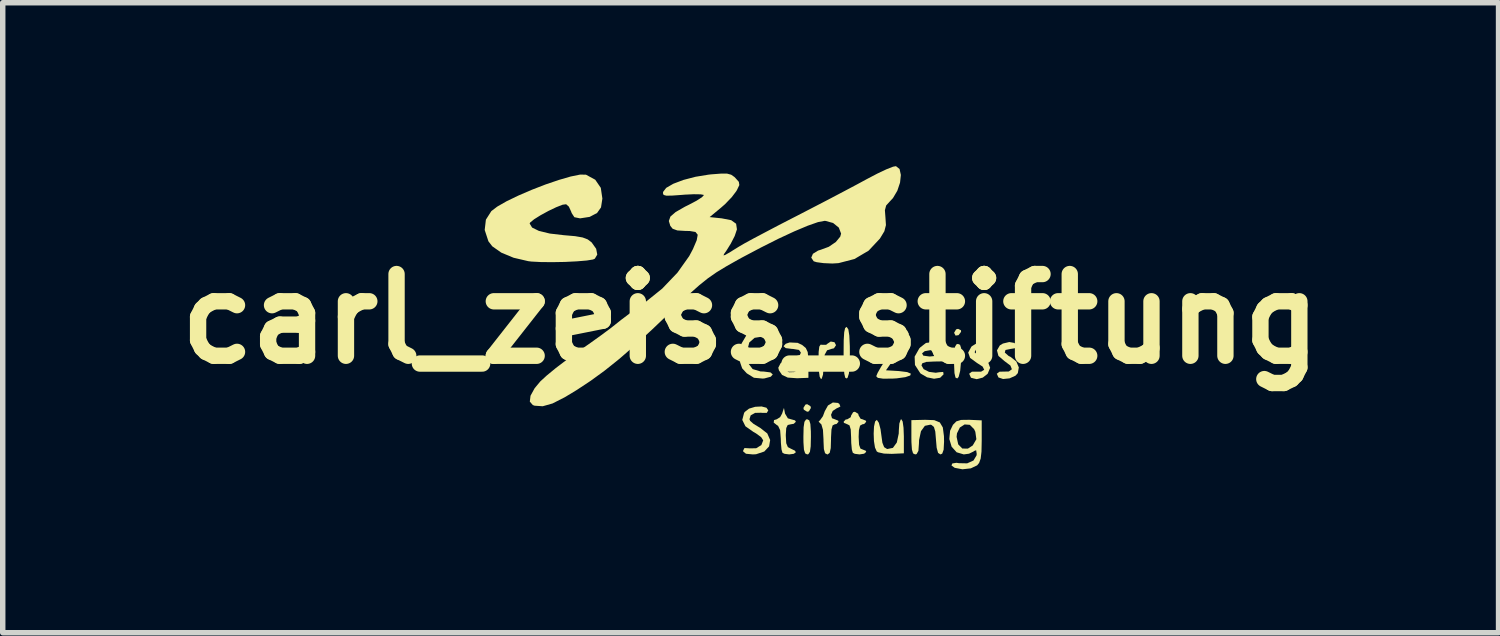
<source format=kicad_pcb>
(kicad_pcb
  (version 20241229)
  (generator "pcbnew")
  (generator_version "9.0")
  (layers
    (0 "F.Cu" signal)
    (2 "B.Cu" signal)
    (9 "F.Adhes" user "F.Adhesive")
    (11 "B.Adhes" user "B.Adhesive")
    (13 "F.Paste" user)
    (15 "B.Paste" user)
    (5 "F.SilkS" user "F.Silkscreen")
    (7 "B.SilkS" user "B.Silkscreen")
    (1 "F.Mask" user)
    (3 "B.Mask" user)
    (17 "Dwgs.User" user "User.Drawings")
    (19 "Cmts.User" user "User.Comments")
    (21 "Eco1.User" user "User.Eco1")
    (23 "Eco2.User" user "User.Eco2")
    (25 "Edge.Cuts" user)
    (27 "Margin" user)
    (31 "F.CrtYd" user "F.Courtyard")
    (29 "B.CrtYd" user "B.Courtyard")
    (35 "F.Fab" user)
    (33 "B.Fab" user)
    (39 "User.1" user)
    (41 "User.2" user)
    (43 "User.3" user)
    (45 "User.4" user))
  (footprint "carl_zeiss_stiftung"
    (layer "F.Cu")
    (at 10.729 2.802)
    (property "Reference" "carl_zeiss_stiftung" (at 0 0 0) (layer "F.SilkS") (effects (font (size 1.5 1.5) (thickness 0.3))))
    (attr board_only exclude_from_pos_files exclude_from_bom)
    (fp_poly (pts (xy 3.861 0.211) (xy 3.862 0.239) (xy 3.816 0.3) (xy 3.761 0.308) (xy 3.734 0.257) (xy 3.771 0.194) (xy 3.807 0.184)) (stroke (width 0) (type solid)) (fill yes) (layer "F.SilkS"))
    (fp_poly (pts (xy 1.098 1.604) (xy 1.106 1.636) (xy 1.069 1.698) (xy 1.037 1.706) (xy 0.976 1.669) (xy 0.968 1.636) (xy 1.005 1.575) (xy 1.037 1.567)) (stroke (width 0) (type solid)) (fill yes) (layer "F.SilkS"))
    (fp_poly (pts (xy 3.843 0.477) (xy 3.863 0.537) (xy 3.866 0.659) (xy 3.863 0.768) (xy 3.846 0.955) (xy 3.817 1.067) (xy 3.792 1.095) (xy 3.76 1.079) (xy 3.741 0.997) (xy 3.734 0.837) (xy 3.734 0.788) (xy 3.738 0.612) (xy 3.752 0.511) (xy 3.779 0.467) (xy 3.805 0.461)) (stroke (width 0) (type solid)) (fill yes) (layer "F.SilkS"))
    (fp_poly (pts (xy 1.075 1.863) (xy 1.096 1.931) (xy 1.105 2.066) (xy 1.106 2.167) (xy 1.102 2.342) (xy 1.088 2.442) (xy 1.059 2.485) (xy 1.037 2.489) (xy 1 2.47) (xy 0.978 2.402) (xy 0.969 2.268) (xy 0.968 2.167) (xy 0.972 1.991) (xy 0.987 1.891) (xy 1.016 1.849) (xy 1.037 1.844)) (stroke (width 0) (type solid)) (fill yes) (layer "F.SilkS"))
    (fp_poly (pts (xy 1.763 0.15) (xy 1.793 0.194) (xy 1.811 0.308) (xy 1.82 0.501) (xy 1.821 0.622) (xy 1.817 0.856) (xy 1.803 1.006) (xy 1.779 1.082) (xy 1.763 1.095) (xy 1.736 1.081) (xy 1.719 1.009) (xy 1.709 0.87) (xy 1.706 0.651) (xy 1.706 0.622) (xy 1.708 0.394) (xy 1.717 0.247) (xy 1.734 0.169) (xy 1.76 0.149)) (stroke (width 0) (type solid)) (fill yes) (layer "F.SilkS"))
    (fp_poly (pts (xy 1.539 0.43) (xy 1.567 0.484) (xy 1.529 0.541) (xy 1.48 0.553) (xy 1.403 0.578) (xy 1.358 0.66) (xy 1.339 0.813) (xy 1.337 0.903) (xy 1.328 1.025) (xy 1.304 1.098) (xy 1.291 1.106) (xy 1.267 1.064) (xy 1.251 0.949) (xy 1.245 0.782) (xy 1.245 0.779) (xy 1.248 0.607) (xy 1.26 0.51) (xy 1.284 0.474) (xy 1.312 0.477) (xy 1.386 0.477) (xy 1.407 0.459) (xy 1.47 0.417)) (stroke (width 0) (type solid)) (fill yes) (layer "F.SilkS"))
    (fp_poly (pts (xy 0.38 0.218) (xy 0.415 0.275) (xy 0.374 0.305) (xy 0.272 0.322) (xy 0.236 0.323) (xy 0.072 0.349) (xy -0.025 0.434) (xy -0.065 0.587) (xy -0.067 0.645) (xy -0.043 0.819) (xy 0.037 0.923) (xy 0.181 0.966) (xy 0.24 0.968) (xy 0.364 0.984) (xy 0.406 1.021) (xy 0.369 1.063) (xy 0.254 1.094) (xy 0.221 1.097) (xy 0.06 1.082) (xy -0.071 1.001) (xy -0.156 0.909) (xy -0.193 0.802) (xy -0.2 0.679) (xy -0.169 0.456) (xy -0.077 0.3) (xy 0.075 0.214) (xy 0.115 0.205) (xy 0.274 0.192)) (stroke (width 0) (type solid)) (fill yes) (layer "F.SilkS"))
    (fp_poly (pts (xy 2.872 0.215) (xy 2.902 0.271) (xy 2.869 0.372) (xy 2.774 0.527) (xy 2.694 0.645) (xy 2.484 0.945) (xy 2.72 0.959) (xy 2.873 0.978) (xy 2.941 1.007) (xy 2.928 1.041) (xy 2.839 1.071) (xy 2.68 1.093) (xy 2.612 1.097) (xy 2.433 1.099) (xy 2.334 1.084) (xy 2.305 1.054) (xy 2.33 0.993) (xy 2.396 0.877) (xy 2.492 0.728) (xy 2.536 0.663) (xy 2.768 0.328) (xy 2.548 0.314) (xy 2.399 0.295) (xy 2.336 0.266) (xy 2.357 0.235) (xy 2.458 0.209) (xy 2.616 0.194) (xy 2.777 0.193)) (stroke (width 0) (type solid)) (fill yes) (layer "F.SilkS"))
    (fp_poly (pts (xy 3.369 1.86) (xy 3.472 1.902) (xy 3.527 1.994) (xy 3.548 2.154) (xy 3.55 2.256) (xy 3.542 2.403) (xy 3.516 2.475) (xy 3.483 2.489) (xy 3.44 2.461) (xy 3.414 2.366) (xy 3.402 2.225) (xy 3.389 2.07) (xy 3.364 1.985) (xy 3.319 1.948) (xy 3.299 1.943) (xy 3.198 1.964) (xy 3.126 2.063) (xy 3.091 2.227) (xy 3.089 2.291) (xy 3.079 2.424) (xy 3.046 2.483) (xy 3.019 2.489) (xy 2.981 2.47) (xy 2.96 2.401) (xy 2.951 2.264) (xy 2.95 2.175) (xy 2.95 1.86) (xy 3.203 1.854)) (stroke (width 0) (type solid)) (fill yes) (layer "F.SilkS"))
    (fp_poly (pts (xy 4.352 0.467) (xy 4.368 0.496) (xy 4.344 0.539) (xy 4.245 0.553) (xy 4.135 0.569) (xy 4.11 0.612) (xy 4.173 0.675) (xy 4.235 0.712) (xy 4.36 0.801) (xy 4.396 0.899) (xy 4.35 1.009) (xy 4.261 1.079) (xy 4.148 1.108) (xy 4.052 1.085) (xy 4.041 1.076) (xy 4.011 1.008) (xy 4.06 0.971) (xy 4.091 0.97) (xy 4.23 0.97) (xy 4.287 0.936) (xy 4.258 0.877) (xy 4.154 0.81) (xy 4.028 0.718) (xy 3.993 0.62) (xy 4.05 0.514) (xy 4.061 0.503) (xy 4.163 0.44) (xy 4.272 0.427)) (stroke (width 0) (type solid)) (fill yes) (layer "F.SilkS"))
    (fp_poly (pts (xy 2.79 1.886) (xy 2.806 2) (xy 2.812 2.157) (xy 2.812 2.469) (xy 2.59 2.479) (xy 2.447 2.474) (xy 2.34 2.45) (xy 2.314 2.434) (xy 2.282 2.363) (xy 2.263 2.245) (xy 2.258 2.108) (xy 2.264 1.979) (xy 2.284 1.885) (xy 2.316 1.855) (xy 2.316 1.855) (xy 2.353 1.909) (xy 2.384 2.028) (xy 2.397 2.124) (xy 2.418 2.275) (xy 2.45 2.356) (xy 2.503 2.389) (xy 2.509 2.39) (xy 2.611 2.369) (xy 2.683 2.27) (xy 2.718 2.106) (xy 2.72 2.043) (xy 2.729 1.922) (xy 2.753 1.851) (xy 2.766 1.844)) (stroke (width 0) (type solid)) (fill yes) (layer "F.SilkS"))
    (fp_poly (pts (xy 4.842 0.443) (xy 4.886 0.499) (xy 4.886 0.506) (xy 4.847 0.541) (xy 4.771 0.553) (xy 4.677 0.572) (xy 4.665 0.62) (xy 4.734 0.681) (xy 4.772 0.7) (xy 4.876 0.783) (xy 4.922 0.892) (xy 4.904 0.997) (xy 4.861 1.044) (xy 4.752 1.093) (xy 4.633 1.105) (xy 4.548 1.076) (xy 4.548 1.076) (xy 4.518 1.008) (xy 4.567 0.971) (xy 4.598 0.97) (xy 4.738 0.967) (xy 4.795 0.926) (xy 4.768 0.858) (xy 4.656 0.774) (xy 4.548 0.681) (xy 4.521 0.579) (xy 4.574 0.488) (xy 4.63 0.454) (xy 4.747 0.426)) (stroke (width 0) (type solid)) (fill yes) (layer "F.SilkS"))
    (fp_poly (pts (xy 0.631 1.74) (xy 0.683 1.827) (xy 0.741 1.844) (xy 0.814 1.864) (xy 0.83 1.89) (xy 0.791 1.927) (xy 0.738 1.936) (xy 0.68 1.949) (xy 0.653 2.005) (xy 0.645 2.126) (xy 0.645 2.148) (xy 0.653 2.284) (xy 0.683 2.355) (xy 0.738 2.384) (xy 0.812 2.42) (xy 0.83 2.449) (xy 0.792 2.478) (xy 0.707 2.489) (xy 0.621 2.478) (xy 0.584 2.459) (xy 0.566 2.398) (xy 0.555 2.278) (xy 0.553 2.204) (xy 0.541 2.045) (xy 0.503 1.964) (xy 0.484 1.953) (xy 0.423 1.905) (xy 0.429 1.859) (xy 0.479 1.844) (xy 0.541 1.805) (xy 0.577 1.74) (xy 0.611 1.636)) (stroke (width 0) (type solid)) (fill yes) (layer "F.SilkS"))
    (fp_poly (pts (xy 1.602 1.544) (xy 1.629 1.564) (xy 1.647 1.61) (xy 1.582 1.642) (xy 1.578 1.643) (xy 1.506 1.691) (xy 1.475 1.763) (xy 1.493 1.825) (xy 1.544 1.844) (xy 1.606 1.869) (xy 1.613 1.89) (xy 1.576 1.931) (xy 1.544 1.936) (xy 1.504 1.957) (xy 1.483 2.033) (xy 1.475 2.179) (xy 1.475 2.213) (xy 1.47 2.373) (xy 1.451 2.46) (xy 1.414 2.489) (xy 1.406 2.489) (xy 1.366 2.468) (xy 1.344 2.392) (xy 1.337 2.244) (xy 1.337 2.217) (xy 1.327 2.038) (xy 1.298 1.938) (xy 1.279 1.92) (xy 1.247 1.888) (xy 1.276 1.858) (xy 1.326 1.788) (xy 1.361 1.695) (xy 1.419 1.591) (xy 1.509 1.536)) (stroke (width 0) (type solid)) (fill yes) (layer "F.SilkS"))
    (fp_poly (pts (xy 1.974 1.743) (xy 1.982 1.775) (xy 2.019 1.836) (xy 2.051 1.844) (xy 2.113 1.869) (xy 2.121 1.89) (xy 2.083 1.931) (xy 2.051 1.936) (xy 2.008 1.961) (xy 1.987 2.046) (xy 1.982 2.167) (xy 1.99 2.312) (xy 2.015 2.382) (xy 2.051 2.397) (xy 2.113 2.422) (xy 2.121 2.443) (xy 2.083 2.476) (xy 1.998 2.489) (xy 1.911 2.478) (xy 1.875 2.459) (xy 1.857 2.399) (xy 1.846 2.278) (xy 1.844 2.182) (xy 1.837 2.032) (xy 1.814 1.956) (xy 1.775 1.936) (xy 1.713 1.911) (xy 1.706 1.89) (xy 1.743 1.849) (xy 1.775 1.844) (xy 1.836 1.807) (xy 1.844 1.775) (xy 1.881 1.714) (xy 1.913 1.706)) (stroke (width 0) (type solid)) (fill yes) (layer "F.SilkS"))
    (fp_poly (pts (xy 0.29 1.632) (xy 0.323 1.681) (xy 0.296 1.727) (xy 0.206 1.726) (xy 0.193 1.724) (xy 0.08 1.727) (xy 0.000102 1.772) (xy -0.022 1.843) (xy -0.009 1.874) (xy 0.051 1.927) (xy 0.156 1.991) (xy 0.172 2) (xy 0.305 2.104) (xy 0.358 2.225) (xy 0.338 2.342) (xy 0.25 2.436) (xy 0.099 2.486) (xy 0.039 2.489) (xy -0.086 2.477) (xy -0.136 2.437) (xy -0.138 2.419) (xy -0.114 2.372) (xy -0.028 2.377) (xy -0.022 2.378) (xy 0.101 2.376) (xy 0.196 2.318) (xy 0.23 2.231) (xy 0.193 2.173) (xy 0.098 2.103) (xy 0.052 2.077) (xy -0.096 1.973) (xy -0.154 1.856) (xy -0.121 1.729) (xy -0.108 1.709) (xy -0.03 1.649) (xy 0.083 1.615) (xy 0.2 1.609)) (stroke (width 0) (type solid)) (fill yes) (layer "F.SilkS"))
    (fp_poly (pts (xy 0.862 0.441) (xy 0.945 0.48) (xy 1.012 0.536) (xy 1.047 0.61) (xy 1.059 0.732) (xy 1.06 0.819) (xy 1.06 1.083) (xy 0.853 1.091) (xy 0.681 1.079) (xy 0.576 1.03) (xy 0.519 0.946) (xy 0.507 0.898) (xy 0.522 0.869) (xy 0.655 0.869) (xy 0.655 0.941) (xy 0.703 0.981) (xy 0.798 0.978) (xy 0.885 0.925) (xy 0.922 0.851) (xy 0.886 0.793) (xy 0.789 0.79) (xy 0.718 0.812) (xy 0.655 0.869) (xy 0.522 0.869) (xy 0.547 0.819) (xy 0.643 0.744) (xy 0.763 0.698) (xy 0.817 0.691) (xy 0.902 0.665) (xy 0.922 0.622) (xy 0.887 0.571) (xy 0.775 0.553) (xy 0.761 0.553) (xy 0.643 0.538) (xy 0.603 0.502) (xy 0.644 0.458) (xy 0.715 0.434)) (stroke (width 0) (type solid)) (fill yes) (layer "F.SilkS"))
    (fp_poly (pts (xy 3.356 0.437) (xy 3.474 0.477) (xy 3.536 0.541) (xy 3.574 0.657) (xy 3.588 0.731) (xy 3.569 0.769) (xy 3.496 0.782) (xy 3.37 0.784) (xy 3.224 0.791) (xy 3.152 0.815) (xy 3.135 0.854) (xy 3.175 0.924) (xy 3.274 0.974) (xy 3.397 0.99) (xy 3.459 0.981) (xy 3.534 0.975) (xy 3.541 1.019) (xy 3.478 1.082) (xy 3.366 1.1) (xy 3.238 1.074) (xy 3.122 1.006) (xy 3.112 0.996) (xy 3.016 0.848) (xy 3.01 0.694) (xy 3.044 0.634) (xy 3.146 0.634) (xy 3.169 0.676) (xy 3.277 0.691) (xy 3.296 0.691) (xy 3.414 0.679) (xy 3.447 0.64) (xy 3.446 0.634) (xy 3.391 0.592) (xy 3.296 0.576) (xy 3.195 0.594) (xy 3.146 0.634) (xy 3.044 0.634) (xy 3.095 0.544) (xy 3.114 0.524) (xy 3.218 0.443) (xy 3.319 0.43)) (stroke (width 0) (type solid)) (fill yes) (layer "F.SilkS"))
    (fp_poly (pts (xy 4.013 1.854) (xy 4.241 1.864) (xy 4.241 2.239) (xy 4.237 2.437) (xy 4.222 2.566) (xy 4.193 2.646) (xy 4.157 2.69) (xy 4.041 2.745) (xy 3.887 2.762) (xy 3.745 2.735) (xy 3.686 2.692) (xy 3.702 2.655) (xy 3.778 2.643) (xy 3.823 2.65) (xy 3.974 2.653) (xy 4.09 2.601) (xy 4.147 2.505) (xy 4.149 2.478) (xy 4.139 2.412) (xy 4.1 2.427) (xy 4.094 2.434) (xy 4.008 2.476) (xy 3.912 2.489) (xy 3.781 2.45) (xy 3.689 2.348) (xy 3.647 2.208) (xy 3.65 2.167) (xy 3.78 2.167) (xy 3.81 2.305) (xy 3.885 2.381) (xy 3.987 2.383) (xy 4.076 2.325) (xy 4.143 2.21) (xy 4.124 2.074) (xy 4.101 2.025) (xy 4.022 1.946) (xy 3.927 1.939) (xy 3.84 1.995) (xy 3.787 2.102) (xy 3.78 2.167) (xy 3.65 2.167) (xy 3.661 2.054) (xy 3.713 1.946) (xy 3.775 1.883) (xy 3.862 1.856) (xy 4.007 1.854)) (stroke (width 0) (type solid)) (fill yes) (layer "F.SilkS"))
    (fp_poly (pts (xy -3.025 -2.646) (xy -3.024 -2.646) (xy -2.853 -2.553) (xy -2.751 -2.404) (xy -2.722 -2.207) (xy -2.747 -2.045) (xy -2.819 -1.943) (xy -2.955 -1.871) (xy -3.131 -1.844) (xy -3.132 -1.844) (xy -3.236 -1.865) (xy -3.287 -1.943) (xy -3.292 -1.961) (xy -3.337 -2.059) (xy -3.387 -2.103) (xy -3.453 -2.094) (xy -3.57 -2.048) (xy -3.712 -1.98) (xy -3.855 -1.902) (xy -3.975 -1.827) (xy -4.047 -1.768) (xy -4.057 -1.749) (xy -4.012 -1.675) (xy -3.886 -1.613) (xy -3.687 -1.565) (xy -3.43 -1.535) (xy -3.222 -1.517) (xy -3.084 -1.493) (xy -2.992 -1.458) (xy -2.923 -1.406) (xy -2.918 -1.401) (xy -2.836 -1.285) (xy -2.816 -1.179) (xy -2.86 -1.104) (xy -2.893 -1.089) (xy -3.009 -1.07) (xy -3.19 -1.055) (xy -3.409 -1.044) (xy -3.639 -1.04) (xy -3.853 -1.042) (xy -4.025 -1.051) (xy -4.082 -1.058) (xy -4.352 -1.121) (xy -4.578 -1.215) (xy -4.743 -1.331) (xy -4.814 -1.423) (xy -4.882 -1.631) (xy -4.86 -1.82) (xy -4.76 -1.977) (xy -4.651 -2.06) (xy -4.48 -2.158) (xy -4.262 -2.263) (xy -4.018 -2.368) (xy -3.765 -2.466) (xy -3.521 -2.549) (xy -3.304 -2.612) (xy -3.132 -2.647)) (stroke (width 0) (type solid)) (fill yes) (layer "F.SilkS"))
    (fp_poly (pts (xy 2.733 -2.75) (xy 2.757 -2.641) (xy 2.742 -2.5) (xy 2.692 -2.351) (xy 2.612 -2.216) (xy 2.555 -2.155) (xy 2.487 -2.08) (xy 2.464 -1.993) (xy 2.474 -1.86) (xy 2.483 -1.72) (xy 2.454 -1.607) (xy 2.374 -1.475) (xy 2.371 -1.471) (xy 2.165 -1.251) (xy 1.906 -1.098) (xy 1.613 -1.022) (xy 1.498 -1.015) (xy 1.339 -1.022) (xy 1.212 -1.039) (xy 1.157 -1.056) (xy 1.112 -1.122) (xy 1.143 -1.194) (xy 1.237 -1.252) (xy 1.285 -1.267) (xy 1.434 -1.322) (xy 1.563 -1.41) (xy 1.644 -1.508) (xy 1.66 -1.564) (xy 1.618 -1.674) (xy 1.513 -1.759) (xy 1.373 -1.797) (xy 1.356 -1.798) (xy 1.236 -1.775) (xy 1.048 -1.709) (xy 0.803 -1.606) (xy 0.512 -1.471) (xy 0.186 -1.307) (xy -0.164 -1.122) (xy -0.233 -1.084) (xy -0.449 -0.962) (xy -0.628 -0.853) (xy -0.787 -0.742) (xy -0.945 -0.615) (xy -1.123 -0.457) (xy -1.339 -0.253) (xy -1.43 -0.165) (xy -1.803 0.191) (xy -2.126 0.488) (xy -2.414 0.738) (xy -2.679 0.95) (xy -2.934 1.136) (xy -3.191 1.306) (xy -3.411 1.439) (xy -3.637 1.554) (xy -3.817 1.605) (xy -3.965 1.595) (xy -3.999 1.583) (xy -4.054 1.52) (xy -4.041 1.412) (xy -3.965 1.274) (xy -3.861 1.149) (xy -3.747 1.044) (xy -3.578 0.905) (xy -3.376 0.751) (xy -3.163 0.598) (xy -3.146 0.586) (xy -2.94 0.442) (xy -2.749 0.305) (xy -2.591 0.188) (xy -2.487 0.107) (xy -2.478 0.099) (xy -2.373 0.016) (xy -2.219 -0.1) (xy -2.04 -0.229) (xy -1.95 -0.292) (xy -1.624 -0.554) (xy -1.344 -0.847) (xy -1.128 -1.151) (xy -1.06 -1.279) (xy -0.99 -1.443) (xy -0.972 -1.543) (xy -1.013 -1.594) (xy -1.119 -1.612) (xy -1.197 -1.613) (xy -1.346 -1.622) (xy -1.432 -1.653) (xy -1.475 -1.706) (xy -1.502 -1.795) (xy -1.473 -1.877) (xy -1.377 -1.96) (xy -1.206 -2.058) (xy -1.137 -2.092) (xy -0.993 -2.168) (xy -0.895 -2.231) (xy -0.859 -2.27) (xy -0.86 -2.274) (xy -0.918 -2.285) (xy -1.043 -2.287) (xy -1.212 -2.279) (xy -1.257 -2.275) (xy -1.439 -2.262) (xy -1.547 -2.26) (xy -1.598 -2.274) (xy -1.61 -2.305) (xy -1.607 -2.33) (xy -1.55 -2.404) (xy -1.42 -2.479) (xy -1.235 -2.549) (xy -1.013 -2.607) (xy -0.774 -2.646) (xy -0.731 -2.651) (xy -0.549 -2.665) (xy -0.432 -2.665) (xy -0.358 -2.645) (xy -0.299 -2.604) (xy -0.28 -2.585) (xy -0.217 -2.514) (xy -0.208 -2.455) (xy -0.25 -2.367) (xy -0.263 -2.344) (xy -0.347 -2.233) (xy -0.471 -2.104) (xy -0.55 -2.035) (xy -0.753 -1.867) (xy -0.531 -1.844) (xy -0.357 -1.81) (xy -0.267 -1.745) (xy -0.252 -1.642) (xy -0.293 -1.52) (xy -0.366 -1.378) (xy -0.444 -1.253) (xy -0.448 -1.247) (xy -0.489 -1.189) (xy -0.498 -1.163) (xy -0.464 -1.174) (xy -0.375 -1.226) (xy -0.22 -1.322) (xy -0.21 -1.328) (xy -0.114 -1.384) (xy 0.049 -1.473) (xy 0.263 -1.586) (xy 0.512 -1.717) (xy 0.78 -1.855) (xy 0.827 -1.879) (xy 1.121 -2.031) (xy 1.422 -2.187) (xy 1.707 -2.337) (xy 1.954 -2.468) (xy 2.137 -2.567) (xy 2.326 -2.666) (xy 2.491 -2.744) (xy 2.613 -2.792) (xy 2.667 -2.802)) (stroke (width 0) (type solid)) (fill yes) (layer "F.SilkS")))
  (gr_rect
    (start -3 -3)
    (end 24.457 8.564)
    (stroke (width 0.1) (type default))
    (fill no)
    (layer "Edge.Cuts")))
</source>
